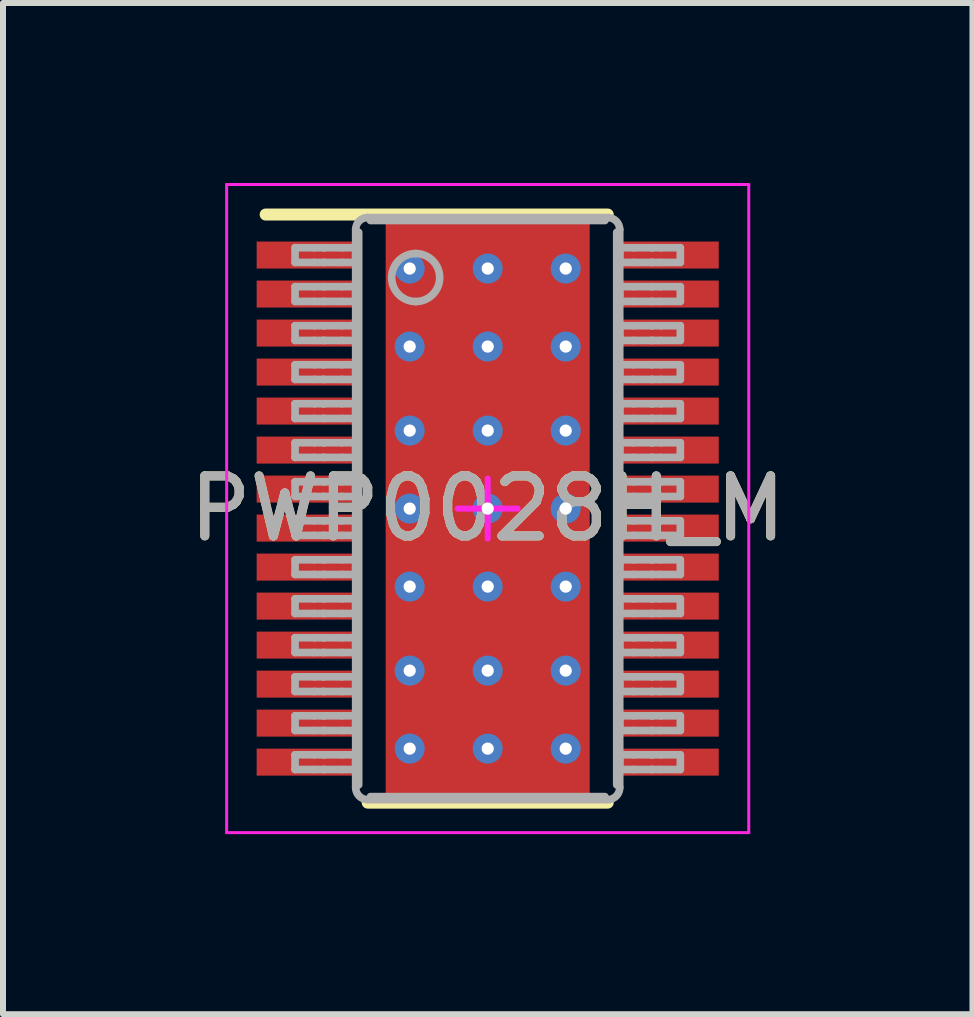
<source format=kicad_pcb>
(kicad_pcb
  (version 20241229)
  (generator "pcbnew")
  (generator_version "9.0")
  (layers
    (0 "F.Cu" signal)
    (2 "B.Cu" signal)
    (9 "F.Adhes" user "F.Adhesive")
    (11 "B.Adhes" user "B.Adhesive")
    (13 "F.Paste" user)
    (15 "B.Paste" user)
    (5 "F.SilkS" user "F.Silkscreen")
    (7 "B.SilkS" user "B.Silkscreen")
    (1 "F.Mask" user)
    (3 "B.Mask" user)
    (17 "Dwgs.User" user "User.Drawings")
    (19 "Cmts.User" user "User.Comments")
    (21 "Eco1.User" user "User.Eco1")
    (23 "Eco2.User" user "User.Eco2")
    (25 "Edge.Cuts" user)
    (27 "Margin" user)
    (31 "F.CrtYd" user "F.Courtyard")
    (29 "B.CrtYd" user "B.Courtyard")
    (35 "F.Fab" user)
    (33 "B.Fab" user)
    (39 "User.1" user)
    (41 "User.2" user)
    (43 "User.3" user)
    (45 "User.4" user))
  (footprint "PWP0028H_M"
    (layer "F.Cu")
    (at 5.077 5.425)
    (property "Reference" "PWP0028H_M" (at 0 0 0) (unlocked yes) (layer "F.SilkS") (effects (font (size 1 1) (thickness 0.15))))
    (attr smd)
    (fp_poly (pts (xy -1.17 1.473) (xy -1.17 -1.473) (xy -1.169 -1.482) (xy -1.166 -1.491) (xy -1.162 -1.499) (xy -1.156 -1.506) (xy -1.149 -1.512) (xy -1.141 -1.516) (xy -1.132 -1.519) (xy -1.123 -1.52) (xy 1.123 -1.52) (xy 1.132 -1.519) (xy 1.141 -1.516) (xy 1.149 -1.512) (xy 1.156 -1.506) (xy 1.162 -1.499) (xy 1.166 -1.491) (xy 1.169 -1.482) (xy 1.17 -1.473) (xy 1.17 1.473) (xy 1.169 1.482) (xy 1.166 1.491) (xy 1.162 1.499) (xy 1.156 1.506) (xy 1.149 1.512) (xy 1.141 1.516) (xy 1.132 1.519) (xy 1.123 1.52) (xy -1.123 1.52) (xy -1.132 1.519) (xy -1.141 1.516) (xy -1.149 1.512) (xy -1.156 1.506) (xy -1.162 1.499) (xy -1.166 1.491) (xy -1.169 1.482)) (stroke (width 0) (type solid)) (fill yes) (layer "F.Mask"))
    (fp_line (start -3.7 -4.9) (end 2 -4.9) (stroke (width 0.2) (type solid)) (layer "F.SilkS"))
    (fp_line (start -2 4.9) (end 2 4.9) (stroke (width 0.2) (type solid)) (layer "F.SilkS"))
    (fp_poly (pts (xy -1.17 1.473) (xy -1.17 -1.473) (xy -1.169 -1.482) (xy -1.166 -1.491) (xy -1.162 -1.499) (xy -1.156 -1.506) (xy -1.149 -1.512) (xy -1.141 -1.516) (xy -1.132 -1.519) (xy -1.123 -1.52) (xy 1.123 -1.52) (xy 1.132 -1.519) (xy 1.141 -1.516) (xy 1.149 -1.512) (xy 1.156 -1.506) (xy 1.162 -1.499) (xy 1.166 -1.491) (xy 1.169 -1.482) (xy 1.17 -1.473) (xy 1.17 1.473) (xy 1.169 1.482) (xy 1.166 1.491) (xy 1.162 1.499) (xy 1.156 1.506) (xy 1.149 1.512) (xy 1.141 1.516) (xy 1.132 1.519) (xy 1.123 1.52) (xy -1.123 1.52) (xy -1.132 1.519) (xy -1.141 1.516) (xy -1.149 1.512) (xy -1.156 1.506) (xy -1.162 1.499) (xy -1.166 1.491) (xy -1.169 1.482)) (stroke (width 0) (type solid)) (fill yes) (layer "F.Paste"))
    (fp_line (start -4.35 -5.4) (end 4.35 -5.4) (stroke (width 0.05) (type solid)) (layer "F.CrtYd"))
    (fp_line (start -4.35 5.4) (end -4.35 -5.4) (stroke (width 0.05) (type solid)) (layer "F.CrtYd"))
    (fp_line (start -4.35 5.4) (end 4.35 5.4) (stroke (width 0.05) (type solid)) (layer "F.CrtYd"))
    (fp_line (start -0.5 -0.000003) (end 0.5 -0.000003) (stroke (width 0.1) (type solid)) (layer "F.CrtYd"))
    (fp_line (start -0.000003 0.5) (end -0.000003 -0.5) (stroke (width 0.1) (type solid)) (layer "F.CrtYd"))
    (fp_line (start 4.35 5.4) (end 4.35 -5.4) (stroke (width 0.05) (type solid)) (layer "F.CrtYd"))
    (fp_line (start -3.21 -4.347) (end -2.887 -4.347) (stroke (width 0.127) (type solid)) (layer "F.Fab"))
    (fp_line (start -3.21 -4.102) (end -3.21 -4.347) (stroke (width 0.127) (type solid)) (layer "F.Fab"))
    (fp_line (start -3.21 -4.102) (end -2.887 -4.102) (stroke (width 0.127) (type solid)) (layer "F.Fab"))
    (fp_line (start -3.21 -3.698) (end -2.887 -3.698) (stroke (width 0.127) (type solid)) (layer "F.Fab"))
    (fp_line (start -3.21 -3.452) (end -3.21 -3.698) (stroke (width 0.127) (type solid)) (layer "F.Fab"))
    (fp_line (start -3.21 -3.452) (end -2.887 -3.452) (stroke (width 0.127) (type solid)) (layer "F.Fab"))
    (fp_line (start -3.21 -3.047) (end -2.887 -3.047) (stroke (width 0.127) (type solid)) (layer "F.Fab"))
    (fp_line (start -3.21 -2.802) (end -3.21 -3.047) (stroke (width 0.127) (type solid)) (layer "F.Fab"))
    (fp_line (start -3.21 -2.802) (end -2.887 -2.802) (stroke (width 0.127) (type solid)) (layer "F.Fab"))
    (fp_line (start -3.21 -2.397) (end -2.887 -2.397) (stroke (width 0.127) (type solid)) (layer "F.Fab"))
    (fp_line (start -3.21 -2.152) (end -3.21 -2.397) (stroke (width 0.127) (type solid)) (layer "F.Fab"))
    (fp_line (start -3.21 -2.152) (end -2.887 -2.152) (stroke (width 0.127) (type solid)) (layer "F.Fab"))
    (fp_line (start -3.21 -1.747) (end -2.887 -1.747) (stroke (width 0.127) (type solid)) (layer "F.Fab"))
    (fp_line (start -3.21 -1.502) (end -3.21 -1.747) (stroke (width 0.127) (type solid)) (layer "F.Fab"))
    (fp_line (start -3.21 -1.502) (end -2.887 -1.502) (stroke (width 0.127) (type solid)) (layer "F.Fab"))
    (fp_line (start -3.21 -1.097) (end -2.887 -1.097) (stroke (width 0.127) (type solid)) (layer "F.Fab"))
    (fp_line (start -3.21 -0.853) (end -3.21 -1.097) (stroke (width 0.127) (type solid)) (layer "F.Fab"))
    (fp_line (start -3.21 -0.853) (end -2.887 -0.853) (stroke (width 0.127) (type solid)) (layer "F.Fab"))
    (fp_line (start -3.21 -0.447) (end -2.887 -0.447) (stroke (width 0.127) (type solid)) (layer "F.Fab"))
    (fp_line (start -3.21 -0.202) (end -3.21 -0.447) (stroke (width 0.127) (type solid)) (layer "F.Fab"))
    (fp_line (start -3.21 -0.202) (end -2.887 -0.202) (stroke (width 0.127) (type solid)) (layer "F.Fab"))
    (fp_line (start -3.21 0.203) (end -2.887 0.203) (stroke (width 0.127) (type solid)) (layer "F.Fab"))
    (fp_line (start -3.21 0.447) (end -3.21 0.203) (stroke (width 0.127) (type solid)) (layer "F.Fab"))
    (fp_line (start -3.21 0.447) (end -2.887 0.447) (stroke (width 0.127) (type solid)) (layer "F.Fab"))
    (fp_line (start -3.21 0.853) (end -2.887 0.853) (stroke (width 0.127) (type solid)) (layer "F.Fab"))
    (fp_line (start -3.21 1.098) (end -3.21 0.853) (stroke (width 0.127) (type solid)) (layer "F.Fab"))
    (fp_line (start -3.21 1.098) (end -2.887 1.098) (stroke (width 0.127) (type solid)) (layer "F.Fab"))
    (fp_line (start -3.21 1.503) (end -2.887 1.503) (stroke (width 0.127) (type solid)) (layer "F.Fab"))
    (fp_line (start -3.21 1.748) (end -3.21 1.503) (stroke (width 0.127) (type solid)) (layer "F.Fab"))
    (fp_line (start -3.21 1.748) (end -2.887 1.748) (stroke (width 0.127) (type solid)) (layer "F.Fab"))
    (fp_line (start -3.21 2.152) (end -2.887 2.152) (stroke (width 0.127) (type solid)) (layer "F.Fab"))
    (fp_line (start -3.21 2.398) (end -3.21 2.152) (stroke (width 0.127) (type solid)) (layer "F.Fab"))
    (fp_line (start -3.21 2.398) (end -2.887 2.398) (stroke (width 0.127) (type solid)) (layer "F.Fab"))
    (fp_line (start -3.21 2.803) (end -2.887 2.803) (stroke (width 0.127) (type solid)) (layer "F.Fab"))
    (fp_line (start -3.21 3.048) (end -3.21 2.803) (stroke (width 0.127) (type solid)) (layer "F.Fab"))
    (fp_line (start -3.21 3.048) (end -2.887 3.048) (stroke (width 0.127) (type solid)) (layer "F.Fab"))
    (fp_line (start -3.21 3.453) (end -2.887 3.453) (stroke (width 0.127) (type solid)) (layer "F.Fab"))
    (fp_line (start -3.21 3.698) (end -3.21 3.453) (stroke (width 0.127) (type solid)) (layer "F.Fab"))
    (fp_line (start -3.21 3.698) (end -2.887 3.698) (stroke (width 0.127) (type solid)) (layer "F.Fab"))
    (fp_line (start -3.21 4.103) (end -2.887 4.103) (stroke (width 0.127) (type solid)) (layer "F.Fab"))
    (fp_line (start -3.21 4.348) (end -3.21 4.103) (stroke (width 0.127) (type solid)) (layer "F.Fab"))
    (fp_line (start -3.21 4.348) (end -2.887 4.348) (stroke (width 0.127) (type solid)) (layer "F.Fab"))
    (fp_line (start -2.887 -4.347) (end -2.739 -4.347) (stroke (width 0.127) (type solid)) (layer "F.Fab"))
    (fp_line (start -2.887 -4.102) (end -2.739 -4.102) (stroke (width 0.127) (type solid)) (layer "F.Fab"))
    (fp_line (start -2.887 -3.698) (end -2.739 -3.698) (stroke (width 0.127) (type solid)) (layer "F.Fab"))
    (fp_line (start -2.887 -3.452) (end -2.739 -3.452) (stroke (width 0.127) (type solid)) (layer "F.Fab"))
    (fp_line (start -2.887 -3.047) (end -2.739 -3.047) (stroke (width 0.127) (type solid)) (layer "F.Fab"))
    (fp_line (start -2.887 -2.802) (end -2.739 -2.802) (stroke (width 0.127) (type solid)) (layer "F.Fab"))
    (fp_line (start -2.887 -2.397) (end -2.739 -2.397) (stroke (width 0.127) (type solid)) (layer "F.Fab"))
    (fp_line (start -2.887 -2.152) (end -2.739 -2.152) (stroke (width 0.127) (type solid)) (layer "F.Fab"))
    (fp_line (start -2.887 -1.747) (end -2.739 -1.747) (stroke (width 0.127) (type solid)) (layer "F.Fab"))
    (fp_line (start -2.887 -1.502) (end -2.739 -1.502) (stroke (width 0.127) (type solid)) (layer "F.Fab"))
    (fp_line (start -2.887 -1.097) (end -2.739 -1.097) (stroke (width 0.127) (type solid)) (layer "F.Fab"))
    (fp_line (start -2.887 -0.853) (end -2.739 -0.853) (stroke (width 0.127) (type solid)) (layer "F.Fab"))
    (fp_line (start -2.887 -0.447) (end -2.739 -0.447) (stroke (width 0.127) (type solid)) (layer "F.Fab"))
    (fp_line (start -2.887 -0.202) (end -2.739 -0.202) (stroke (width 0.127) (type solid)) (layer "F.Fab"))
    (fp_line (start -2.887 0.203) (end -2.739 0.203) (stroke (width 0.127) (type solid)) (layer "F.Fab"))
    (fp_line (start -2.887 0.447) (end -2.739 0.447) (stroke (width 0.127) (type solid)) (layer "F.Fab"))
    (fp_line (start -2.887 0.853) (end -2.739 0.853) (stroke (width 0.127) (type solid)) (layer "F.Fab"))
    (fp_line (start -2.887 1.098) (end -2.739 1.098) (stroke (width 0.127) (type solid)) (layer "F.Fab"))
    (fp_line (start -2.887 1.503) (end -2.739 1.503) (stroke (width 0.127) (type solid)) (layer "F.Fab"))
    (fp_line (start -2.887 1.748) (end -2.739 1.748) (stroke (width 0.127) (type solid)) (layer "F.Fab"))
    (fp_line (start -2.887 2.152) (end -2.739 2.152) (stroke (width 0.127) (type solid)) (layer "F.Fab"))
    (fp_line (start -2.887 2.398) (end -2.739 2.398) (stroke (width 0.127) (type solid)) (layer "F.Fab"))
    (fp_line (start -2.887 2.803) (end -2.739 2.803) (stroke (width 0.127) (type solid)) (layer "F.Fab"))
    (fp_line (start -2.887 3.048) (end -2.739 3.048) (stroke (width 0.127) (type solid)) (layer "F.Fab"))
    (fp_line (start -2.887 3.453) (end -2.739 3.453) (stroke (width 0.127) (type solid)) (layer "F.Fab"))
    (fp_line (start -2.887 3.698) (end -2.739 3.698) (stroke (width 0.127) (type solid)) (layer "F.Fab"))
    (fp_line (start -2.887 4.103) (end -2.739 4.103) (stroke (width 0.127) (type solid)) (layer "F.Fab"))
    (fp_line (start -2.887 4.348) (end -2.739 4.348) (stroke (width 0.127) (type solid)) (layer "F.Fab"))
    (fp_line (start -2.739 -4.347) (end -2.733 -4.347) (stroke (width 0.127) (type solid)) (layer "F.Fab"))
    (fp_line (start -2.739 -4.102) (end -2.733 -4.102) (stroke (width 0.127) (type solid)) (layer "F.Fab"))
    (fp_line (start -2.739 -3.698) (end -2.733 -3.698) (stroke (width 0.127) (type solid)) (layer "F.Fab"))
    (fp_line (start -2.739 -3.452) (end -2.733 -3.452) (stroke (width 0.127) (type solid)) (layer "F.Fab"))
    (fp_line (start -2.739 -3.047) (end -2.733 -3.047) (stroke (width 0.127) (type solid)) (layer "F.Fab"))
    (fp_line (start -2.739 -2.802) (end -2.733 -2.802) (stroke (width 0.127) (type solid)) (layer "F.Fab"))
    (fp_line (start -2.739 -2.397) (end -2.733 -2.397) (stroke (width 0.127) (type solid)) (layer "F.Fab"))
    (fp_line (start -2.739 -2.152) (end -2.733 -2.152) (stroke (width 0.127) (type solid)) (layer "F.Fab"))
    (fp_line (start -2.739 -1.747) (end -2.733 -1.747) (stroke (width 0.127) (type solid)) (layer "F.Fab"))
    (fp_line (start -2.739 -1.502) (end -2.733 -1.502) (stroke (width 0.127) (type solid)) (layer "F.Fab"))
    (fp_line (start -2.739 -1.097) (end -2.733 -1.097) (stroke (width 0.127) (type solid)) (layer "F.Fab"))
    (fp_line (start -2.739 -0.853) (end -2.733 -0.853) (stroke (width 0.127) (type solid)) (layer "F.Fab"))
    (fp_line (start -2.739 -0.447) (end -2.733 -0.447) (stroke (width 0.127) (type solid)) (layer "F.Fab"))
    (fp_line (start -2.739 -0.202) (end -2.733 -0.202) (stroke (width 0.127) (type solid)) (layer "F.Fab"))
    (fp_line (start -2.739 0.203) (end -2.733 0.203) (stroke (width 0.127) (type solid)) (layer "F.Fab"))
    (fp_line (start -2.739 0.447) (end -2.733 0.447) (stroke (width 0.127) (type solid)) (layer "F.Fab"))
    (fp_line (start -2.739 0.853) (end -2.733 0.853) (stroke (width 0.127) (type solid)) (layer "F.Fab"))
    (fp_line (start -2.739 1.098) (end -2.733 1.098) (stroke (width 0.127) (type solid)) (layer "F.Fab"))
    (fp_line (start -2.739 1.503) (end -2.733 1.503) (stroke (width 0.127) (type solid)) (layer "F.Fab"))
    (fp_line (start -2.739 1.748) (end -2.733 1.748) (stroke (width 0.127) (type solid)) (layer "F.Fab"))
    (fp_line (start -2.739 2.152) (end -2.733 2.152) (stroke (width 0.127) (type solid)) (layer "F.Fab"))
    (fp_line (start -2.739 2.398) (end -2.733 2.398) (stroke (width 0.127) (type solid)) (layer "F.Fab"))
    (fp_line (start -2.739 2.803) (end -2.733 2.803) (stroke (width 0.127) (type solid)) (layer "F.Fab"))
    (fp_line (start -2.739 3.048) (end -2.733 3.048) (stroke (width 0.127) (type solid)) (layer "F.Fab"))
    (fp_line (start -2.739 3.453) (end -2.733 3.453) (stroke (width 0.127) (type solid)) (layer "F.Fab"))
    (fp_line (start -2.739 3.698) (end -2.733 3.698) (stroke (width 0.127) (type solid)) (layer "F.Fab"))
    (fp_line (start -2.739 4.103) (end -2.733 4.103) (stroke (width 0.127) (type solid)) (layer "F.Fab"))
    (fp_line (start -2.739 4.348) (end -2.733 4.348) (stroke (width 0.127) (type solid)) (layer "F.Fab"))
    (fp_line (start -2.733 -4.347) (end -2.431 -4.347) (stroke (width 0.127) (type solid)) (layer "F.Fab"))
    (fp_line (start -2.733 -4.102) (end -2.431 -4.102) (stroke (width 0.127) (type solid)) (layer "F.Fab"))
    (fp_line (start -2.733 -3.698) (end -2.431 -3.698) (stroke (width 0.127) (type solid)) (layer "F.Fab"))
    (fp_line (start -2.733 -3.452) (end -2.431 -3.452) (stroke (width 0.127) (type solid)) (layer "F.Fab"))
    (fp_line (start -2.733 -3.047) (end -2.431 -3.047) (stroke (width 0.127) (type solid)) (layer "F.Fab"))
    (fp_line (start -2.733 -2.802) (end -2.431 -2.802) (stroke (width 0.127) (type solid)) (layer "F.Fab"))
    (fp_line (start -2.733 -2.397) (end -2.431 -2.397) (stroke (width 0.127) (type solid)) (layer "F.Fab"))
    (fp_line (start -2.733 -2.152) (end -2.431 -2.152) (stroke (width 0.127) (type solid)) (layer "F.Fab"))
    (fp_line (start -2.733 -1.747) (end -2.431 -1.747) (stroke (width 0.127) (type solid)) (layer "F.Fab"))
    (fp_line (start -2.733 -1.502) (end -2.431 -1.502) (stroke (width 0.127) (type solid)) (layer "F.Fab"))
    (fp_line (start -2.733 -1.097) (end -2.431 -1.097) (stroke (width 0.127) (type solid)) (layer "F.Fab"))
    (fp_line (start -2.733 -0.853) (end -2.431 -0.853) (stroke (width 0.127) (type solid)) (layer "F.Fab"))
    (fp_line (start -2.733 -0.447) (end -2.431 -0.447) (stroke (width 0.127) (type solid)) (layer "F.Fab"))
    (fp_line (start -2.733 -0.202) (end -2.431 -0.202) (stroke (width 0.127) (type solid)) (layer "F.Fab"))
    (fp_line (start -2.733 0.203) (end -2.431 0.203) (stroke (width 0.127) (type solid)) (layer "F.Fab"))
    (fp_line (start -2.733 0.447) (end -2.431 0.447) (stroke (width 0.127) (type solid)) (layer "F.Fab"))
    (fp_line (start -2.733 0.853) (end -2.431 0.853) (stroke (width 0.127) (type solid)) (layer "F.Fab"))
    (fp_line (start -2.733 1.098) (end -2.431 1.098) (stroke (width 0.127) (type solid)) (layer "F.Fab"))
    (fp_line (start -2.733 1.503) (end -2.431 1.503) (stroke (width 0.127) (type solid)) (layer "F.Fab"))
    (fp_line (start -2.733 1.748) (end -2.431 1.748) (stroke (width 0.127) (type solid)) (layer "F.Fab"))
    (fp_line (start -2.733 2.152) (end -2.431 2.152) (stroke (width 0.127) (type solid)) (layer "F.Fab"))
    (fp_line (start -2.733 2.398) (end -2.431 2.398) (stroke (width 0.127) (type solid)) (layer "F.Fab"))
    (fp_line (start -2.733 2.803) (end -2.431 2.803) (stroke (width 0.127) (type solid)) (layer "F.Fab"))
    (fp_line (start -2.733 3.048) (end -2.431 3.048) (stroke (width 0.127) (type solid)) (layer "F.Fab"))
    (fp_line (start -2.733 3.453) (end -2.431 3.453) (stroke (width 0.127) (type solid)) (layer "F.Fab"))
    (fp_line (start -2.733 3.698) (end -2.431 3.698) (stroke (width 0.127) (type solid)) (layer "F.Fab"))
    (fp_line (start -2.733 4.103) (end -2.431 4.103) (stroke (width 0.127) (type solid)) (layer "F.Fab"))
    (fp_line (start -2.733 4.348) (end -2.431 4.348) (stroke (width 0.127) (type solid)) (layer "F.Fab"))
    (fp_line (start -2.431 -4.347) (end -2.2 -4.347) (stroke (width 0.127) (type solid)) (layer "F.Fab"))
    (fp_line (start -2.431 -4.102) (end -2.2 -4.102) (stroke (width 0.127) (type solid)) (layer "F.Fab"))
    (fp_line (start -2.431 -3.698) (end -2.2 -3.698) (stroke (width 0.127) (type solid)) (layer "F.Fab"))
    (fp_line (start -2.431 -3.452) (end -2.2 -3.452) (stroke (width 0.127) (type solid)) (layer "F.Fab"))
    (fp_line (start -2.431 -3.047) (end -2.2 -3.047) (stroke (width 0.127) (type solid)) (layer "F.Fab"))
    (fp_line (start -2.431 -2.802) (end -2.2 -2.802) (stroke (width 0.127) (type solid)) (layer "F.Fab"))
    (fp_line (start -2.431 -2.397) (end -2.2 -2.397) (stroke (width 0.127) (type solid)) (layer "F.Fab"))
    (fp_line (start -2.431 -2.152) (end -2.2 -2.152) (stroke (width 0.127) (type solid)) (layer "F.Fab"))
    (fp_line (start -2.431 -1.747) (end -2.2 -1.747) (stroke (width 0.127) (type solid)) (layer "F.Fab"))
    (fp_line (start -2.431 -1.502) (end -2.2 -1.502) (stroke (width 0.127) (type solid)) (layer "F.Fab"))
    (fp_line (start -2.431 -1.097) (end -2.2 -1.097) (stroke (width 0.127) (type solid)) (layer "F.Fab"))
    (fp_line (start -2.431 -0.853) (end -2.2 -0.853) (stroke (width 0.127) (type solid)) (layer "F.Fab"))
    (fp_line (start -2.431 -0.447) (end -2.2 -0.447) (stroke (width 0.127) (type solid)) (layer "F.Fab"))
    (fp_line (start -2.431 -0.202) (end -2.2 -0.202) (stroke (width 0.127) (type solid)) (layer "F.Fab"))
    (fp_line (start -2.431 0.203) (end -2.2 0.203) (stroke (width 0.127) (type solid)) (layer "F.Fab"))
    (fp_line (start -2.431 0.447) (end -2.2 0.447) (stroke (width 0.127) (type solid)) (layer "F.Fab"))
    (fp_line (start -2.431 0.853) (end -2.2 0.853) (stroke (width 0.127) (type solid)) (layer "F.Fab"))
    (fp_line (start -2.431 1.098) (end -2.2 1.098) (stroke (width 0.127) (type solid)) (layer "F.Fab"))
    (fp_line (start -2.431 1.503) (end -2.2 1.503) (stroke (width 0.127) (type solid)) (layer "F.Fab"))
    (fp_line (start -2.431 1.748) (end -2.2 1.748) (stroke (width 0.127) (type solid)) (layer "F.Fab"))
    (fp_line (start -2.431 2.152) (end -2.2 2.152) (stroke (width 0.127) (type solid)) (layer "F.Fab"))
    (fp_line (start -2.431 2.398) (end -2.2 2.398) (stroke (width 0.127) (type solid)) (layer "F.Fab"))
    (fp_line (start -2.431 2.803) (end -2.2 2.803) (stroke (width 0.127) (type solid)) (layer "F.Fab"))
    (fp_line (start -2.431 3.048) (end -2.2 3.048) (stroke (width 0.127) (type solid)) (layer "F.Fab"))
    (fp_line (start -2.431 3.453) (end -2.2 3.453) (stroke (width 0.127) (type solid)) (layer "F.Fab"))
    (fp_line (start -2.431 3.698) (end -2.2 3.698) (stroke (width 0.127) (type solid)) (layer "F.Fab"))
    (fp_line (start -2.431 4.103) (end -2.2 4.103) (stroke (width 0.127) (type solid)) (layer "F.Fab"))
    (fp_line (start -2.431 4.348) (end -2.2 4.348) (stroke (width 0.127) (type solid)) (layer "F.Fab"))
    (fp_line (start -2.2 -4.102) (end -2.2 -4.347) (stroke (width 0.127) (type solid)) (layer "F.Fab"))
    (fp_line (start -2.2 -3.452) (end -2.2 -3.698) (stroke (width 0.127) (type solid)) (layer "F.Fab"))
    (fp_line (start -2.2 -2.802) (end -2.2 -3.047) (stroke (width 0.127) (type solid)) (layer "F.Fab"))
    (fp_line (start -2.2 -2.152) (end -2.2 -2.397) (stroke (width 0.127) (type solid)) (layer "F.Fab"))
    (fp_line (start -2.2 -1.502) (end -2.2 -1.747) (stroke (width 0.127) (type solid)) (layer "F.Fab"))
    (fp_line (start -2.2 -0.853) (end -2.2 -1.097) (stroke (width 0.127) (type solid)) (layer "F.Fab"))
    (fp_line (start -2.2 -0.202) (end -2.2 -0.447) (stroke (width 0.127) (type solid)) (layer "F.Fab"))
    (fp_line (start -2.2 0.447) (end -2.2 0.203) (stroke (width 0.127) (type solid)) (layer "F.Fab"))
    (fp_line (start -2.2 1.098) (end -2.2 0.853) (stroke (width 0.127) (type solid)) (layer "F.Fab"))
    (fp_line (start -2.2 1.748) (end -2.2 1.503) (stroke (width 0.127) (type solid)) (layer "F.Fab"))
    (fp_line (start -2.2 2.398) (end -2.2 2.152) (stroke (width 0.127) (type solid)) (layer "F.Fab"))
    (fp_line (start -2.2 3.048) (end -2.2 2.803) (stroke (width 0.127) (type solid)) (layer "F.Fab"))
    (fp_line (start -2.2 3.698) (end -2.2 3.453) (stroke (width 0.127) (type solid)) (layer "F.Fab"))
    (fp_line (start -2.2 4.348) (end -2.2 4.103) (stroke (width 0.127) (type solid)) (layer "F.Fab"))
    (fp_line (start -2.2 4.65) (end -2.2 -4.65) (stroke (width 0.127) (type solid)) (layer "F.Fab"))
    (fp_line (start -2.15 4.604) (end -2.15 -4.604) (stroke (width 0.127) (type solid)) (layer "F.Fab"))
    (fp_line (start -2 -4.85) (end 2 -4.85) (stroke (width 0.127) (type solid)) (layer "F.Fab"))
    (fp_line (start -2 4.85) (end 2 4.85) (stroke (width 0.127) (type solid)) (layer "F.Fab"))
    (fp_line (start -1.954 -4.8) (end 1.954 -4.8) (stroke (width 0.127) (type solid)) (layer "F.Fab"))
    (fp_line (start -1.954 4.8) (end 1.954 4.8) (stroke (width 0.127) (type solid)) (layer "F.Fab"))
    (fp_line (start 2.15 4.604) (end 2.15 -4.604) (stroke (width 0.127) (type solid)) (layer "F.Fab"))
    (fp_line (start 2.2 -4.347) (end 2.43 -4.347) (stroke (width 0.127) (type solid)) (layer "F.Fab"))
    (fp_line (start 2.2 -4.102) (end 2.2 -4.347) (stroke (width 0.127) (type solid)) (layer "F.Fab"))
    (fp_line (start 2.2 -4.102) (end 2.43 -4.102) (stroke (width 0.127) (type solid)) (layer "F.Fab"))
    (fp_line (start 2.2 -3.698) (end 2.43 -3.698) (stroke (width 0.127) (type solid)) (layer "F.Fab"))
    (fp_line (start 2.2 -3.452) (end 2.2 -3.698) (stroke (width 0.127) (type solid)) (layer "F.Fab"))
    (fp_line (start 2.2 -3.452) (end 2.43 -3.452) (stroke (width 0.127) (type solid)) (layer "F.Fab"))
    (fp_line (start 2.2 -3.047) (end 2.43 -3.047) (stroke (width 0.127) (type solid)) (layer "F.Fab"))
    (fp_line (start 2.2 -2.802) (end 2.2 -3.047) (stroke (width 0.127) (type solid)) (layer "F.Fab"))
    (fp_line (start 2.2 -2.802) (end 2.43 -2.802) (stroke (width 0.127) (type solid)) (layer "F.Fab"))
    (fp_line (start 2.2 -2.397) (end 2.43 -2.397) (stroke (width 0.127) (type solid)) (layer "F.Fab"))
    (fp_line (start 2.2 -2.152) (end 2.2 -2.397) (stroke (width 0.127) (type solid)) (layer "F.Fab"))
    (fp_line (start 2.2 -2.152) (end 2.43 -2.152) (stroke (width 0.127) (type solid)) (layer "F.Fab"))
    (fp_line (start 2.2 -1.747) (end 2.43 -1.747) (stroke (width 0.127) (type solid)) (layer "F.Fab"))
    (fp_line (start 2.2 -1.502) (end 2.2 -1.747) (stroke (width 0.127) (type solid)) (layer "F.Fab"))
    (fp_line (start 2.2 -1.502) (end 2.43 -1.502) (stroke (width 0.127) (type solid)) (layer "F.Fab"))
    (fp_line (start 2.2 -1.097) (end 2.43 -1.097) (stroke (width 0.127) (type solid)) (layer "F.Fab"))
    (fp_line (start 2.2 -0.853) (end 2.2 -1.097) (stroke (width 0.127) (type solid)) (layer "F.Fab"))
    (fp_line (start 2.2 -0.853) (end 2.43 -0.853) (stroke (width 0.127) (type solid)) (layer "F.Fab"))
    (fp_line (start 2.2 -0.447) (end 2.43 -0.447) (stroke (width 0.127) (type solid)) (layer "F.Fab"))
    (fp_line (start 2.2 -0.202) (end 2.2 -0.447) (stroke (width 0.127) (type solid)) (layer "F.Fab"))
    (fp_line (start 2.2 -0.202) (end 2.43 -0.202) (stroke (width 0.127) (type solid)) (layer "F.Fab"))
    (fp_line (start 2.2 0.203) (end 2.43 0.203) (stroke (width 0.127) (type solid)) (layer "F.Fab"))
    (fp_line (start 2.2 0.447) (end 2.2 0.203) (stroke (width 0.127) (type solid)) (layer "F.Fab"))
    (fp_line (start 2.2 0.447) (end 2.43 0.447) (stroke (width 0.127) (type solid)) (layer "F.Fab"))
    (fp_line (start 2.2 0.853) (end 2.43 0.853) (stroke (width 0.127) (type solid)) (layer "F.Fab"))
    (fp_line (start 2.2 1.098) (end 2.2 0.853) (stroke (width 0.127) (type solid)) (layer "F.Fab"))
    (fp_line (start 2.2 1.098) (end 2.43 1.098) (stroke (width 0.127) (type solid)) (layer "F.Fab"))
    (fp_line (start 2.2 1.503) (end 2.43 1.503) (stroke (width 0.127) (type solid)) (layer "F.Fab"))
    (fp_line (start 2.2 1.748) (end 2.2 1.503) (stroke (width 0.127) (type solid)) (layer "F.Fab"))
    (fp_line (start 2.2 1.748) (end 2.43 1.748) (stroke (width 0.127) (type solid)) (layer "F.Fab"))
    (fp_line (start 2.2 2.152) (end 2.43 2.152) (stroke (width 0.127) (type solid)) (layer "F.Fab"))
    (fp_line (start 2.2 2.398) (end 2.2 2.152) (stroke (width 0.127) (type solid)) (layer "F.Fab"))
    (fp_line (start 2.2 2.398) (end 2.43 2.398) (stroke (width 0.127) (type solid)) (layer "F.Fab"))
    (fp_line (start 2.2 2.803) (end 2.43 2.803) (stroke (width 0.127) (type solid)) (layer "F.Fab"))
    (fp_line (start 2.2 3.048) (end 2.2 2.803) (stroke (width 0.127) (type solid)) (layer "F.Fab"))
    (fp_line (start 2.2 3.048) (end 2.43 3.048) (stroke (width 0.127) (type solid)) (layer "F.Fab"))
    (fp_line (start 2.2 3.453) (end 2.43 3.453) (stroke (width 0.127) (type solid)) (layer "F.Fab"))
    (fp_line (start 2.2 3.698) (end 2.2 3.453) (stroke (width 0.127) (type solid)) (layer "F.Fab"))
    (fp_line (start 2.2 3.698) (end 2.43 3.698) (stroke (width 0.127) (type solid)) (layer "F.Fab"))
    (fp_line (start 2.2 4.103) (end 2.43 4.103) (stroke (width 0.127) (type solid)) (layer "F.Fab"))
    (fp_line (start 2.2 4.348) (end 2.2 4.103) (stroke (width 0.127) (type solid)) (layer "F.Fab"))
    (fp_line (start 2.2 4.348) (end 2.43 4.348) (stroke (width 0.127) (type solid)) (layer "F.Fab"))
    (fp_line (start 2.2 4.65) (end 2.2 -4.65) (stroke (width 0.127) (type solid)) (layer "F.Fab"))
    (fp_line (start 2.43 -4.347) (end 2.733 -4.347) (stroke (width 0.127) (type solid)) (layer "F.Fab"))
    (fp_line (start 2.43 -4.102) (end 2.733 -4.102) (stroke (width 0.127) (type solid)) (layer "F.Fab"))
    (fp_line (start 2.43 -3.698) (end 2.733 -3.698) (stroke (width 0.127) (type solid)) (layer "F.Fab"))
    (fp_line (start 2.43 -3.452) (end 2.733 -3.452) (stroke (width 0.127) (type solid)) (layer "F.Fab"))
    (fp_line (start 2.43 -3.047) (end 2.733 -3.047) (stroke (width 0.127) (type solid)) (layer "F.Fab"))
    (fp_line (start 2.43 -2.802) (end 2.733 -2.802) (stroke (width 0.127) (type solid)) (layer "F.Fab"))
    (fp_line (start 2.43 -2.397) (end 2.733 -2.397) (stroke (width 0.127) (type solid)) (layer "F.Fab"))
    (fp_line (start 2.43 -2.152) (end 2.733 -2.152) (stroke (width 0.127) (type solid)) (layer "F.Fab"))
    (fp_line (start 2.43 -1.747) (end 2.733 -1.747) (stroke (width 0.127) (type solid)) (layer "F.Fab"))
    (fp_line (start 2.43 -1.502) (end 2.733 -1.502) (stroke (width 0.127) (type solid)) (layer "F.Fab"))
    (fp_line (start 2.43 -1.097) (end 2.733 -1.097) (stroke (width 0.127) (type solid)) (layer "F.Fab"))
    (fp_line (start 2.43 -0.853) (end 2.733 -0.853) (stroke (width 0.127) (type solid)) (layer "F.Fab"))
    (fp_line (start 2.43 -0.447) (end 2.733 -0.447) (stroke (width 0.127) (type solid)) (layer "F.Fab"))
    (fp_line (start 2.43 -0.202) (end 2.733 -0.202) (stroke (width 0.127) (type solid)) (layer "F.Fab"))
    (fp_line (start 2.43 0.203) (end 2.733 0.203) (stroke (width 0.127) (type solid)) (layer "F.Fab"))
    (fp_line (start 2.43 0.447) (end 2.733 0.447) (stroke (width 0.127) (type solid)) (layer "F.Fab"))
    (fp_line (start 2.43 0.853) (end 2.733 0.853) (stroke (width 0.127) (type solid)) (layer "F.Fab"))
    (fp_line (start 2.43 1.098) (end 2.733 1.098) (stroke (width 0.127) (type solid)) (layer "F.Fab"))
    (fp_line (start 2.43 1.503) (end 2.733 1.503) (stroke (width 0.127) (type solid)) (layer "F.Fab"))
    (fp_line (start 2.43 1.748) (end 2.733 1.748) (stroke (width 0.127) (type solid)) (layer "F.Fab"))
    (fp_line (start 2.43 2.152) (end 2.733 2.152) (stroke (width 0.127) (type solid)) (layer "F.Fab"))
    (fp_line (start 2.43 2.398) (end 2.733 2.398) (stroke (width 0.127) (type solid)) (layer "F.Fab"))
    (fp_line (start 2.43 2.803) (end 2.733 2.803) (stroke (width 0.127) (type solid)) (layer "F.Fab"))
    (fp_line (start 2.43 3.048) (end 2.733 3.048) (stroke (width 0.127) (type solid)) (layer "F.Fab"))
    (fp_line (start 2.43 3.453) (end 2.733 3.453) (stroke (width 0.127) (type solid)) (layer "F.Fab"))
    (fp_line (start 2.43 3.698) (end 2.733 3.698) (stroke (width 0.127) (type solid)) (layer "F.Fab"))
    (fp_line (start 2.43 4.103) (end 2.733 4.103) (stroke (width 0.127) (type solid)) (layer "F.Fab"))
    (fp_line (start 2.43 4.348) (end 2.733 4.348) (stroke (width 0.127) (type solid)) (layer "F.Fab"))
    (fp_line (start 2.733 -4.347) (end 2.739 -4.347) (stroke (width 0.127) (type solid)) (layer "F.Fab"))
    (fp_line (start 2.733 -4.102) (end 2.739 -4.102) (stroke (width 0.127) (type solid)) (layer "F.Fab"))
    (fp_line (start 2.733 -3.698) (end 2.739 -3.698) (stroke (width 0.127) (type solid)) (layer "F.Fab"))
    (fp_line (start 2.733 -3.452) (end 2.739 -3.452) (stroke (width 0.127) (type solid)) (layer "F.Fab"))
    (fp_line (start 2.733 -3.047) (end 2.739 -3.047) (stroke (width 0.127) (type solid)) (layer "F.Fab"))
    (fp_line (start 2.733 -2.802) (end 2.739 -2.802) (stroke (width 0.127) (type solid)) (layer "F.Fab"))
    (fp_line (start 2.733 -2.397) (end 2.739 -2.397) (stroke (width 0.127) (type solid)) (layer "F.Fab"))
    (fp_line (start 2.733 -2.152) (end 2.739 -2.152) (stroke (width 0.127) (type solid)) (layer "F.Fab"))
    (fp_line (start 2.733 -1.747) (end 2.739 -1.747) (stroke (width 0.127) (type solid)) (layer "F.Fab"))
    (fp_line (start 2.733 -1.502) (end 2.739 -1.502) (stroke (width 0.127) (type solid)) (layer "F.Fab"))
    (fp_line (start 2.733 -1.097) (end 2.739 -1.097) (stroke (width 0.127) (type solid)) (layer "F.Fab"))
    (fp_line (start 2.733 -0.853) (end 2.739 -0.853) (stroke (width 0.127) (type solid)) (layer "F.Fab"))
    (fp_line (start 2.733 -0.447) (end 2.739 -0.447) (stroke (width 0.127) (type solid)) (layer "F.Fab"))
    (fp_line (start 2.733 -0.202) (end 2.739 -0.202) (stroke (width 0.127) (type solid)) (layer "F.Fab"))
    (fp_line (start 2.733 0.203) (end 2.739 0.203) (stroke (width 0.127) (type solid)) (layer "F.Fab"))
    (fp_line (start 2.733 0.447) (end 2.739 0.447) (stroke (width 0.127) (type solid)) (layer "F.Fab"))
    (fp_line (start 2.733 0.853) (end 2.739 0.853) (stroke (width 0.127) (type solid)) (layer "F.Fab"))
    (fp_line (start 2.733 1.098) (end 2.739 1.098) (stroke (width 0.127) (type solid)) (layer "F.Fab"))
    (fp_line (start 2.733 1.503) (end 2.739 1.503) (stroke (width 0.127) (type solid)) (layer "F.Fab"))
    (fp_line (start 2.733 1.748) (end 2.739 1.748) (stroke (width 0.127) (type solid)) (layer "F.Fab"))
    (fp_line (start 2.733 2.152) (end 2.739 2.152) (stroke (width 0.127) (type solid)) (layer "F.Fab"))
    (fp_line (start 2.733 2.398) (end 2.739 2.398) (stroke (width 0.127) (type solid)) (layer "F.Fab"))
    (fp_line (start 2.733 2.803) (end 2.739 2.803) (stroke (width 0.127) (type solid)) (layer "F.Fab"))
    (fp_line (start 2.733 3.048) (end 2.739 3.048) (stroke (width 0.127) (type solid)) (layer "F.Fab"))
    (fp_line (start 2.733 3.453) (end 2.739 3.453) (stroke (width 0.127) (type solid)) (layer "F.Fab"))
    (fp_line (start 2.733 3.698) (end 2.739 3.698) (stroke (width 0.127) (type solid)) (layer "F.Fab"))
    (fp_line (start 2.733 4.103) (end 2.739 4.103) (stroke (width 0.127) (type solid)) (layer "F.Fab"))
    (fp_line (start 2.733 4.348) (end 2.739 4.348) (stroke (width 0.127) (type solid)) (layer "F.Fab"))
    (fp_line (start 2.739 -4.347) (end 2.887 -4.347) (stroke (width 0.127) (type solid)) (layer "F.Fab"))
    (fp_line (start 2.739 -4.102) (end 2.887 -4.102) (stroke (width 0.127) (type solid)) (layer "F.Fab"))
    (fp_line (start 2.739 -3.698) (end 2.887 -3.698) (stroke (width 0.127) (type solid)) (layer "F.Fab"))
    (fp_line (start 2.739 -3.452) (end 2.887 -3.452) (stroke (width 0.127) (type solid)) (layer "F.Fab"))
    (fp_line (start 2.739 -3.047) (end 2.887 -3.047) (stroke (width 0.127) (type solid)) (layer "F.Fab"))
    (fp_line (start 2.739 -2.802) (end 2.887 -2.802) (stroke (width 0.127) (type solid)) (layer "F.Fab"))
    (fp_line (start 2.739 -2.397) (end 2.887 -2.397) (stroke (width 0.127) (type solid)) (layer "F.Fab"))
    (fp_line (start 2.739 -2.152) (end 2.887 -2.152) (stroke (width 0.127) (type solid)) (layer "F.Fab"))
    (fp_line (start 2.739 -1.747) (end 2.887 -1.747) (stroke (width 0.127) (type solid)) (layer "F.Fab"))
    (fp_line (start 2.739 -1.502) (end 2.887 -1.502) (stroke (width 0.127) (type solid)) (layer "F.Fab"))
    (fp_line (start 2.739 -1.097) (end 2.887 -1.097) (stroke (width 0.127) (type solid)) (layer "F.Fab"))
    (fp_line (start 2.739 -0.853) (end 2.887 -0.853) (stroke (width 0.127) (type solid)) (layer "F.Fab"))
    (fp_line (start 2.739 -0.447) (end 2.887 -0.447) (stroke (width 0.127) (type solid)) (layer "F.Fab"))
    (fp_line (start 2.739 -0.202) (end 2.887 -0.202) (stroke (width 0.127) (type solid)) (layer "F.Fab"))
    (fp_line (start 2.739 0.203) (end 2.887 0.203) (stroke (width 0.127) (type solid)) (layer "F.Fab"))
    (fp_line (start 2.739 0.447) (end 2.887 0.447) (stroke (width 0.127) (type solid)) (layer "F.Fab"))
    (fp_line (start 2.739 0.853) (end 2.887 0.853) (stroke (width 0.127) (type solid)) (layer "F.Fab"))
    (fp_line (start 2.739 1.098) (end 2.887 1.098) (stroke (width 0.127) (type solid)) (layer "F.Fab"))
    (fp_line (start 2.739 1.503) (end 2.887 1.503) (stroke (width 0.127) (type solid)) (layer "F.Fab"))
    (fp_line (start 2.739 1.748) (end 2.887 1.748) (stroke (width 0.127) (type solid)) (layer "F.Fab"))
    (fp_line (start 2.739 2.152) (end 2.887 2.152) (stroke (width 0.127) (type solid)) (layer "F.Fab"))
    (fp_line (start 2.739 2.398) (end 2.887 2.398) (stroke (width 0.127) (type solid)) (layer "F.Fab"))
    (fp_line (start 2.739 2.803) (end 2.887 2.803) (stroke (width 0.127) (type solid)) (layer "F.Fab"))
    (fp_line (start 2.739 3.048) (end 2.887 3.048) (stroke (width 0.127) (type solid)) (layer "F.Fab"))
    (fp_line (start 2.739 3.453) (end 2.887 3.453) (stroke (width 0.127) (type solid)) (layer "F.Fab"))
    (fp_line (start 2.739 3.698) (end 2.887 3.698) (stroke (width 0.127) (type solid)) (layer "F.Fab"))
    (fp_line (start 2.739 4.103) (end 2.887 4.103) (stroke (width 0.127) (type solid)) (layer "F.Fab"))
    (fp_line (start 2.739 4.348) (end 2.887 4.348) (stroke (width 0.127) (type solid)) (layer "F.Fab"))
    (fp_line (start 2.887 -4.347) (end 3.21 -4.347) (stroke (width 0.127) (type solid)) (layer "F.Fab"))
    (fp_line (start 2.887 -4.102) (end 3.21 -4.102) (stroke (width 0.127) (type solid)) (layer "F.Fab"))
    (fp_line (start 2.887 -3.698) (end 3.21 -3.698) (stroke (width 0.127) (type solid)) (layer "F.Fab"))
    (fp_line (start 2.887 -3.452) (end 3.21 -3.452) (stroke (width 0.127) (type solid)) (layer "F.Fab"))
    (fp_line (start 2.887 -3.047) (end 3.21 -3.047) (stroke (width 0.127) (type solid)) (layer "F.Fab"))
    (fp_line (start 2.887 -2.802) (end 3.21 -2.802) (stroke (width 0.127) (type solid)) (layer "F.Fab"))
    (fp_line (start 2.887 -2.397) (end 3.21 -2.397) (stroke (width 0.127) (type solid)) (layer "F.Fab"))
    (fp_line (start 2.887 -2.152) (end 3.21 -2.152) (stroke (width 0.127) (type solid)) (layer "F.Fab"))
    (fp_line (start 2.887 -1.747) (end 3.21 -1.747) (stroke (width 0.127) (type solid)) (layer "F.Fab"))
    (fp_line (start 2.887 -1.502) (end 3.21 -1.502) (stroke (width 0.127) (type solid)) (layer "F.Fab"))
    (fp_line (start 2.887 -1.097) (end 3.21 -1.097) (stroke (width 0.127) (type solid)) (layer "F.Fab"))
    (fp_line (start 2.887 -0.853) (end 3.21 -0.853) (stroke (width 0.127) (type solid)) (layer "F.Fab"))
    (fp_line (start 2.887 -0.447) (end 3.21 -0.447) (stroke (width 0.127) (type solid)) (layer "F.Fab"))
    (fp_line (start 2.887 -0.202) (end 3.21 -0.202) (stroke (width 0.127) (type solid)) (layer "F.Fab"))
    (fp_line (start 2.887 0.203) (end 3.21 0.203) (stroke (width 0.127) (type solid)) (layer "F.Fab"))
    (fp_line (start 2.887 0.447) (end 3.21 0.447) (stroke (width 0.127) (type solid)) (layer "F.Fab"))
    (fp_line (start 2.887 0.853) (end 3.21 0.853) (stroke (width 0.127) (type solid)) (layer "F.Fab"))
    (fp_line (start 2.887 1.098) (end 3.21 1.098) (stroke (width 0.127) (type solid)) (layer "F.Fab"))
    (fp_line (start 2.887 1.503) (end 3.21 1.503) (stroke (width 0.127) (type solid)) (layer "F.Fab"))
    (fp_line (start 2.887 1.748) (end 3.21 1.748) (stroke (width 0.127) (type solid)) (layer "F.Fab"))
    (fp_line (start 2.887 2.152) (end 3.21 2.152) (stroke (width 0.127) (type solid)) (layer "F.Fab"))
    (fp_line (start 2.887 2.398) (end 3.21 2.398) (stroke (width 0.127) (type solid)) (layer "F.Fab"))
    (fp_line (start 2.887 2.803) (end 3.21 2.803) (stroke (width 0.127) (type solid)) (layer "F.Fab"))
    (fp_line (start 2.887 3.048) (end 3.21 3.048) (stroke (width 0.127) (type solid)) (layer "F.Fab"))
    (fp_line (start 2.887 3.453) (end 3.21 3.453) (stroke (width 0.127) (type solid)) (layer "F.Fab"))
    (fp_line (start 2.887 3.698) (end 3.21 3.698) (stroke (width 0.127) (type solid)) (layer "F.Fab"))
    (fp_line (start 2.887 4.103) (end 3.21 4.103) (stroke (width 0.127) (type solid)) (layer "F.Fab"))
    (fp_line (start 2.887 4.348) (end 3.21 4.348) (stroke (width 0.127) (type solid)) (layer "F.Fab"))
    (fp_line (start 3.21 -4.102) (end 3.21 -4.347) (stroke (width 0.127) (type solid)) (layer "F.Fab"))
    (fp_line (start 3.21 -3.452) (end 3.21 -3.698) (stroke (width 0.127) (type solid)) (layer "F.Fab"))
    (fp_line (start 3.21 -2.802) (end 3.21 -3.047) (stroke (width 0.127) (type solid)) (layer "F.Fab"))
    (fp_line (start 3.21 -2.152) (end 3.21 -2.397) (stroke (width 0.127) (type solid)) (layer "F.Fab"))
    (fp_line (start 3.21 -1.502) (end 3.21 -1.747) (stroke (width 0.127) (type solid)) (layer "F.Fab"))
    (fp_line (start 3.21 -0.853) (end 3.21 -1.097) (stroke (width 0.127) (type solid)) (layer "F.Fab"))
    (fp_line (start 3.21 -0.202) (end 3.21 -0.447) (stroke (width 0.127) (type solid)) (layer "F.Fab"))
    (fp_line (start 3.21 0.447) (end 3.21 0.203) (stroke (width 0.127) (type solid)) (layer "F.Fab"))
    (fp_line (start 3.21 1.098) (end 3.21 0.853) (stroke (width 0.127) (type solid)) (layer "F.Fab"))
    (fp_line (start 3.21 1.748) (end 3.21 1.503) (stroke (width 0.127) (type solid)) (layer "F.Fab"))
    (fp_line (start 3.21 2.398) (end 3.21 2.152) (stroke (width 0.127) (type solid)) (layer "F.Fab"))
    (fp_line (start 3.21 3.048) (end 3.21 2.803) (stroke (width 0.127) (type solid)) (layer "F.Fab"))
    (fp_line (start 3.21 3.698) (end 3.21 3.453) (stroke (width 0.127) (type solid)) (layer "F.Fab"))
    (fp_line (start 3.21 4.348) (end 3.21 4.103) (stroke (width 0.127) (type solid)) (layer "F.Fab"))
    (fp_arc (start -2.200001 -4.650003) (mid -2.141422 -4.791424) (end -2.000001 -4.850003) (stroke (width 0.127) (type solid)) (layer "F.Fab"))
    (fp_arc (start -2.000001 4.850003) (mid -2.141422 4.791425) (end -2.200001 4.650003) (stroke (width 0.127) (type solid)) (layer "F.Fab"))
    (fp_arc (start -1.200003 -4.249979) (mid -0.800003 -3.84998) (end -1.200003 -3.44998) (stroke (width 0.127) (type solid)) (layer "F.Fab"))
    (fp_arc (start -1.200003 -3.44998) (mid -1.600002 -3.84998) (end -1.200003 -4.249979) (stroke (width 0.127) (type solid)) (layer "F.Fab"))
    (fp_arc (start 1.999991 -4.850003) (mid 2.141412 -4.791424) (end 2.199991 -4.650003) (stroke (width 0.127) (type solid)) (layer "F.Fab"))
    (fp_arc (start 2.199991 4.650003) (mid 2.141412 4.791424) (end 1.999991 4.850003) (stroke (width 0.127) (type solid)) (layer "F.Fab"))
    (fp_text user "${REFERENCE}" (at 0 0 0) (unlocked yes) (layer "F.Fab") (effects (font (size 1 1) (thickness 0.15))))
    (pad "1" smd rect (at -3.05 -4.225 90) (size 0.45 1.6) (layers "F.Cu" "F.Mask" "F.Paste"))
    (pad "2" smd rect (at -3.05 -3.575 90) (size 0.45 1.6) (layers "F.Cu" "F.Mask" "F.Paste"))
    (pad "3" smd rect (at -3.05 -2.925 90) (size 0.45 1.6) (layers "F.Cu" "F.Mask" "F.Paste"))
    (pad "4" smd rect (at -3.05 -2.275 90) (size 0.45 1.6) (layers "F.Cu" "F.Mask" "F.Paste"))
    (pad "5" smd rect (at -3.05 -1.625 90) (size 0.45 1.6) (layers "F.Cu" "F.Mask" "F.Paste"))
    (pad "6" smd rect (at -3.05 -0.975 90) (size 0.45 1.6) (layers "F.Cu" "F.Mask" "F.Paste"))
    (pad "7" smd rect (at -3.05 -0.325 90) (size 0.45 1.6) (layers "F.Cu" "F.Mask" "F.Paste"))
    (pad "8" smd rect (at -3.05 0.325 90) (size 0.45 1.6) (layers "F.Cu" "F.Mask" "F.Paste"))
    (pad "9" smd rect (at -3.05 0.975 90) (size 0.45 1.6) (layers "F.Cu" "F.Mask" "F.Paste"))
    (pad "10" smd rect (at -3.05 1.625 90) (size 0.45 1.6) (layers "F.Cu" "F.Mask" "F.Paste"))
    (pad "11" smd rect (at -3.05 2.275 90) (size 0.45 1.6) (layers "F.Cu" "F.Mask" "F.Paste"))
    (pad "12" smd rect (at -3.05 2.925 90) (size 0.45 1.6) (layers "F.Cu" "F.Mask" "F.Paste"))
    (pad "13" smd rect (at -3.05 3.575 90) (size 0.45 1.6) (layers "F.Cu" "F.Mask" "F.Paste"))
    (pad "14" smd rect (at -3.05 4.225 90) (size 0.45 1.6) (layers "F.Cu" "F.Mask" "F.Paste"))
    (pad "15" smd rect (at 3.05 4.225 90) (size 0.45 1.6) (layers "F.Cu" "F.Mask" "F.Paste"))
    (pad "16" smd rect (at 3.05 3.575 90) (size 0.45 1.6) (layers "F.Cu" "F.Mask" "F.Paste"))
    (pad "17" smd rect (at 3.05 2.925 90) (size 0.45 1.6) (layers "F.Cu" "F.Mask" "F.Paste"))
    (pad "18" smd rect (at 3.05 2.275 90) (size 0.45 1.6) (layers "F.Cu" "F.Mask" "F.Paste"))
    (pad "19" smd rect (at 3.05 1.625 90) (size 0.45 1.6) (layers "F.Cu" "F.Mask" "F.Paste"))
    (pad "20" smd rect (at 3.05 0.975 90) (size 0.45 1.6) (layers "F.Cu" "F.Mask" "F.Paste"))
    (pad "21" smd rect (at 3.05 0.325 90) (size 0.45 1.6) (layers "F.Cu" "F.Mask" "F.Paste"))
    (pad "22" smd rect (at 3.05 -0.325 90) (size 0.45 1.6) (layers "F.Cu" "F.Mask" "F.Paste"))
    (pad "23" smd rect (at 3.05 -0.975 90) (size 0.45 1.6) (layers "F.Cu" "F.Mask" "F.Paste"))
    (pad "24" smd rect (at 3.05 -1.625 90) (size 0.45 1.6) (layers "F.Cu" "F.Mask" "F.Paste"))
    (pad "25" smd rect (at 3.05 -2.275 90) (size 0.45 1.6) (layers "F.Cu" "F.Mask" "F.Paste"))
    (pad "26" smd rect (at 3.05 -2.925 90) (size 0.45 1.6) (layers "F.Cu" "F.Mask" "F.Paste"))
    (pad "27" smd rect (at 3.05 -3.575 90) (size 0.45 1.6) (layers "F.Cu" "F.Mask" "F.Paste"))
    (pad "28" smd rect (at 3.05 -4.225 90) (size 0.45 1.6) (layers "F.Cu" "F.Mask" "F.Paste"))
    (pad "29" smd rect (at 0 -0.000003) (size 3.4 9.7) (layers "F.Cu" "F.Mask" "F.Paste"))
    (pad "V" thru_hole circle (at -1.3 -4) (size 0.5 0.5) (drill 0.203) (layers "*.Cu" "*.Mask"))
    (pad "V" thru_hole circle (at -1.3 -2.7) (size 0.5 0.5) (drill 0.203) (layers "*.Cu" "*.Mask"))
    (pad "V" thru_hole circle (at -1.3 -1.3) (size 0.5 0.5) (drill 0.203) (layers "*.Cu" "*.Mask"))
    (pad "V" thru_hole circle (at -1.3 -0.000003) (size 0.5 0.5) (drill 0.203) (layers "*.Cu" "*.Mask"))
    (pad "V" thru_hole circle (at -1.3 1.3) (size 0.5 0.5) (drill 0.203) (layers "*.Cu" "*.Mask"))
    (pad "V" thru_hole circle (at -1.3 2.7) (size 0.5 0.5) (drill 0.203) (layers "*.Cu" "*.Mask"))
    (pad "V" thru_hole circle (at -1.3 4) (size 0.5 0.5) (drill 0.203) (layers "*.Cu" "*.Mask"))
    (pad "V" thru_hole circle (at 0 -2.7) (size 0.5 0.5) (drill 0.203) (layers "*.Cu" "*.Mask"))
    (pad "V" thru_hole circle (at 0.000003 -4) (size 0.5 0.5) (drill 0.203) (layers "*.Cu" "*.Mask"))
    (pad "V" thru_hole circle (at 0.000003 -1.3) (size 0.5 0.5) (drill 0.203) (layers "*.Cu" "*.Mask"))
    (pad "V" thru_hole circle (at 0.000003 -0.000003) (size 0.5 0.5) (drill 0.203) (layers "*.Cu" "*.Mask"))
    (pad "V" thru_hole circle (at 0.000003 1.3) (size 0.5 0.5) (drill 0.203) (layers "*.Cu" "*.Mask"))
    (pad "V" thru_hole circle (at 0.000003 2.7) (size 0.5 0.5) (drill 0.203) (layers "*.Cu" "*.Mask"))
    (pad "V" thru_hole circle (at 0.000005 4) (size 0.5 0.5) (drill 0.203) (layers "*.Cu" "*.Mask"))
    (pad "V" thru_hole circle (at 1.3 -4) (size 0.5 0.5) (drill 0.203) (layers "*.Cu" "*.Mask"))
    (pad "V" thru_hole circle (at 1.3 -2.7) (size 0.5 0.5) (drill 0.203) (layers "*.Cu" "*.Mask"))
    (pad "V" thru_hole circle (at 1.3 -1.3) (size 0.5 0.5) (drill 0.203) (layers "*.Cu" "*.Mask"))
    (pad "V" thru_hole circle (at 1.3 -0.000003) (size 0.5 0.5) (drill 0.203) (layers "*.Cu" "*.Mask"))
    (pad "V" thru_hole circle (at 1.3 1.3) (size 0.5 0.5) (drill 0.203) (layers "*.Cu" "*.Mask"))
    (pad "V" thru_hole circle (at 1.3 2.7) (size 0.5 0.5) (drill 0.203) (layers "*.Cu" "*.Mask"))
    (pad "V" thru_hole circle (at 1.3 4) (size 0.5 0.5) (drill 0.203) (layers "*.Cu" "*.Mask")))
  (gr_rect
    (start -3 -3)
    (end 13.155 13.85)
    (stroke (width 0.1) (type default))
    (fill no)
    (layer "Edge.Cuts")))
</source>
